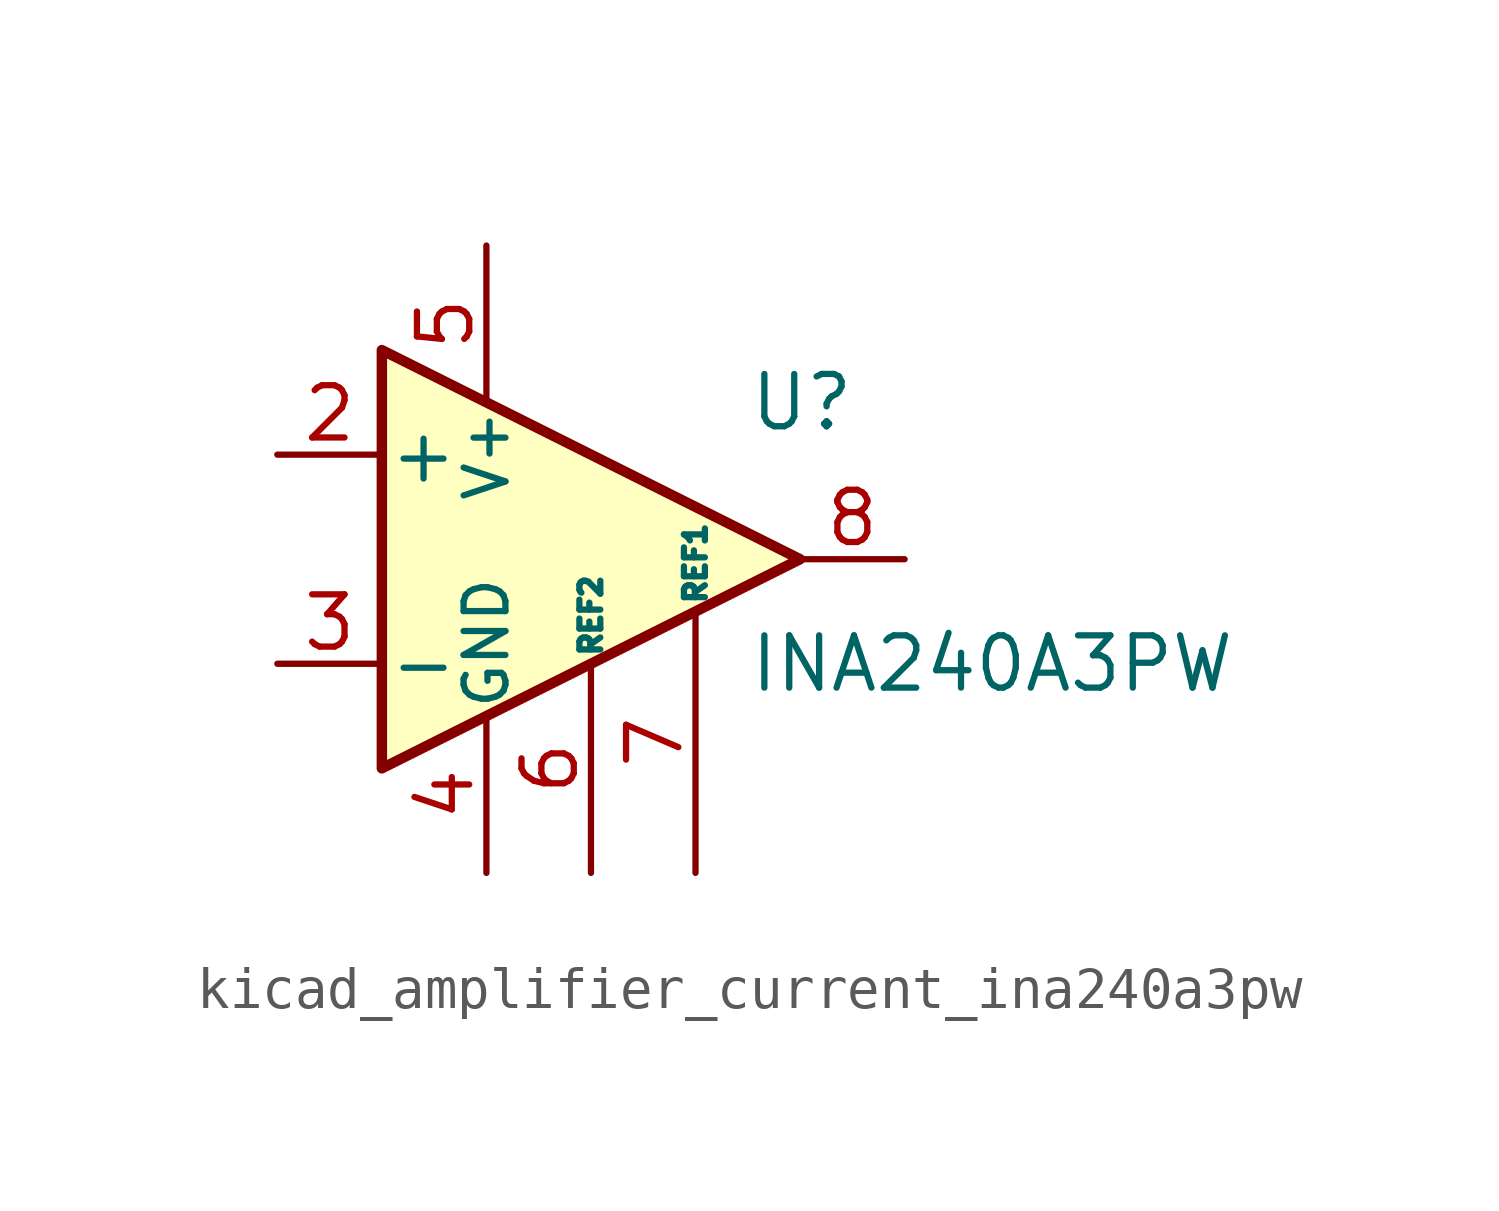
<source format=kicad_sym>
(kicad_symbol_lib
  (version 20220914)
  (generator kicad_symbol_editor)
  (symbol "kicad_amplifier_current_ina240a3pw"
    (pin_names
      (offset 0.127))
    (property "Reference" "U"
      (at 3.81 3.81 0)
      (effects (font (size 1.27 1.27)) (justify left)))
    (property "Value" "INA240A3PW"
      (at 3.81 -2.54 0)
      (effects (font (size 1.27 1.27)) (justify left)))
    (symbol "kicad_amplifier_current_ina240a3pw_0_1"
      (polyline (pts (xy 5.08 0) (xy -5.08 5.08) (xy -5.08 -5.08) (xy 5.08 0)) (stroke (width 0.254) (type default)) (fill (type background))))
    (symbol "kicad_amplifier_current_ina240a3pw_1_1"
      (pin passive line (at -2.54 -7.62 90) (length 3.81) hide (name "GND" (effects (font (size 1.016 1.016)))) (number "1" (effects (font (size 1.27 1.27)))))
      (pin input line (at -7.62 2.54 0) (length 2.54) (name "+" (effects (font (size 1.27 1.27)))) (number "2" (effects (font (size 1.27 1.27)))))
      (pin input line (at -7.62 -2.54 0) (length 2.54) (name "-" (effects (font (size 1.27 1.27)))) (number "3" (effects (font (size 1.27 1.27)))))
      (pin power_in line (at -2.54 -7.62 90) (length 3.81) (name "GND" (effects (font (size 1.016 1.016)))) (number "4" (effects (font (size 1.27 1.27)))))
      (pin power_in line (at -2.54 7.62 270) (length 3.81) (name "V+" (effects (font (size 1.016 1.016)))) (number "5" (effects (font (size 1.27 1.27)))))
      (pin passive line (at 0 -7.62 90) (length 5.08) (name "REF2" (effects (font (size 0.508 0.508)))) (number "6" (effects (font (size 1.27 1.27)))))
      (pin passive line (at 2.54 -7.62 90) (length 6.35) (name "REF1" (effects (font (size 0.508 0.508)))) (number "7" (effects (font (size 1.27 1.27)))))
      (pin output line (at 7.62 0 180) (length 2.54) (name "~" (effects (font (size 1.27 1.27)))) (number "8" (effects (font (size 1.27 1.27))))))))
</source>
